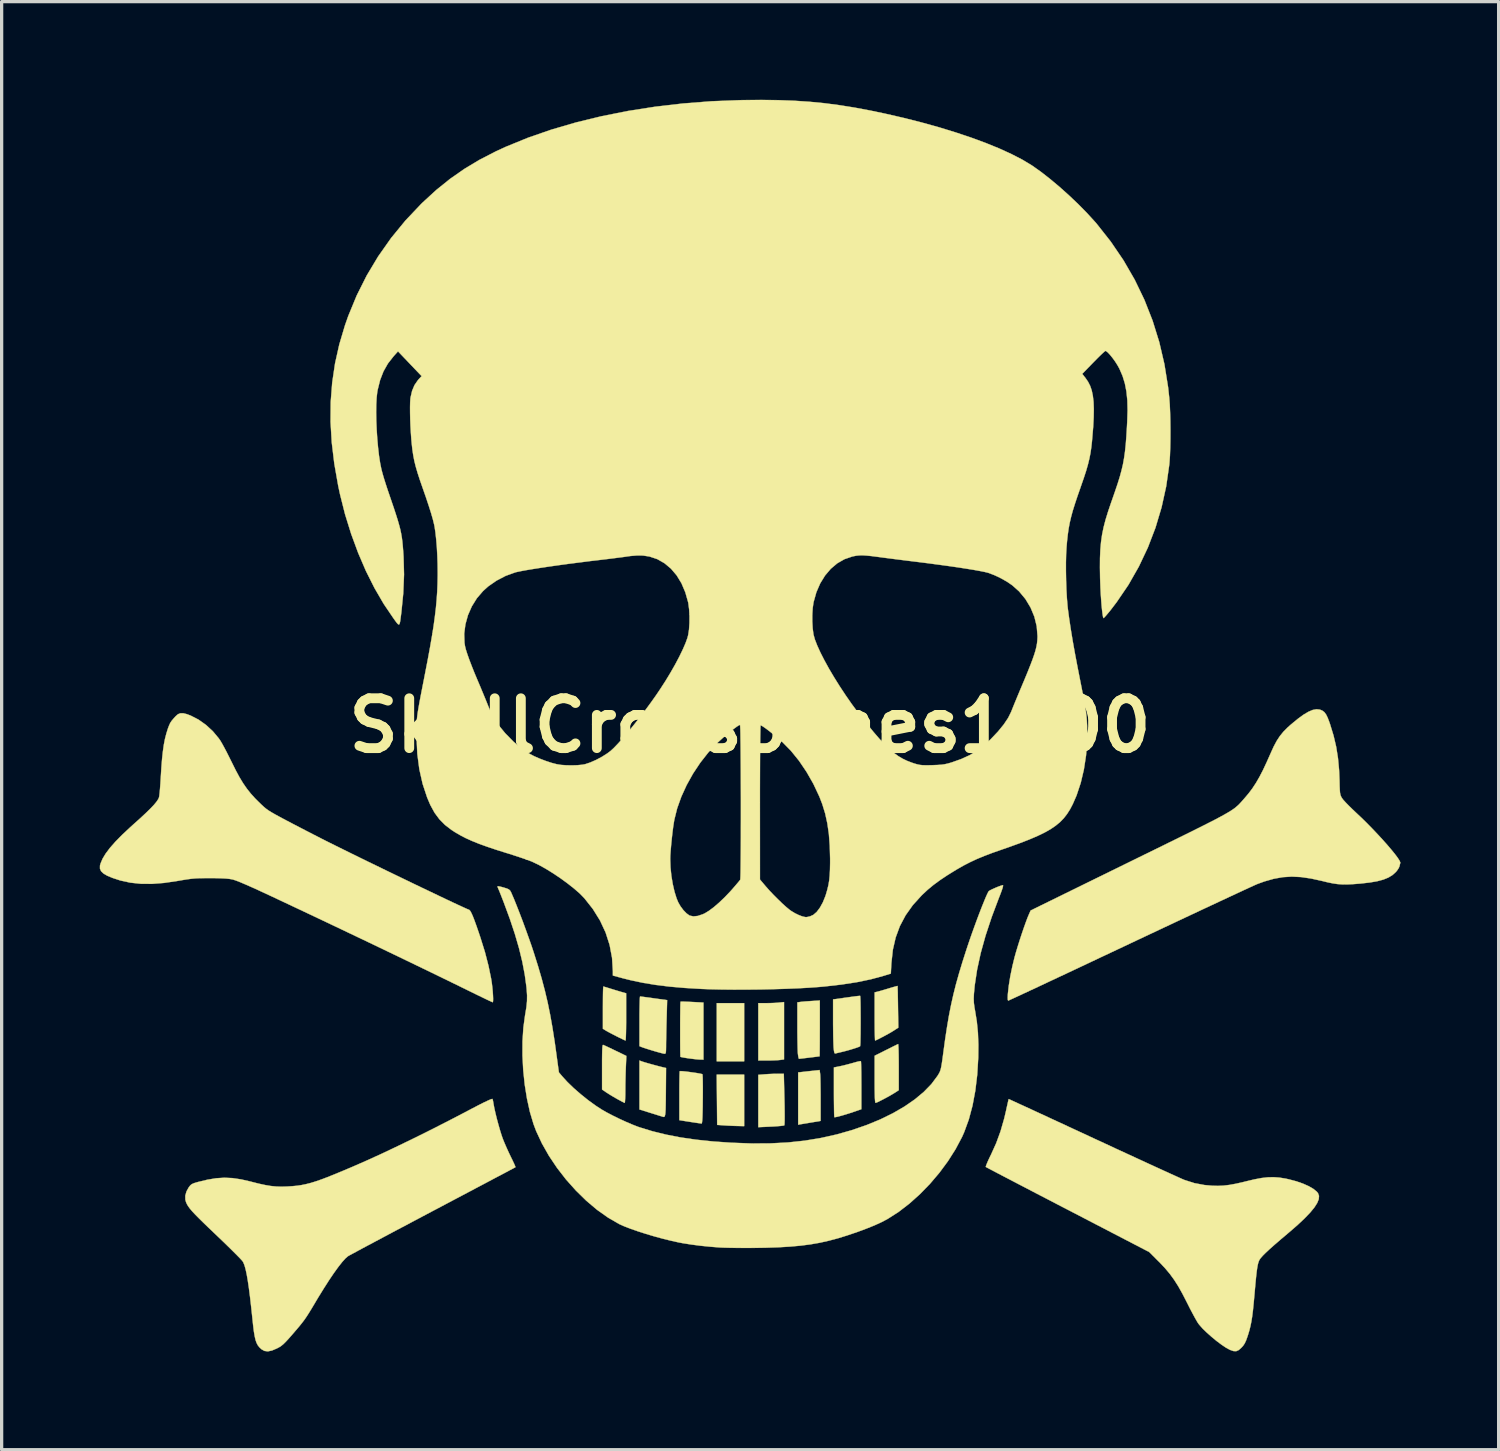
<source format=kicad_pcb>
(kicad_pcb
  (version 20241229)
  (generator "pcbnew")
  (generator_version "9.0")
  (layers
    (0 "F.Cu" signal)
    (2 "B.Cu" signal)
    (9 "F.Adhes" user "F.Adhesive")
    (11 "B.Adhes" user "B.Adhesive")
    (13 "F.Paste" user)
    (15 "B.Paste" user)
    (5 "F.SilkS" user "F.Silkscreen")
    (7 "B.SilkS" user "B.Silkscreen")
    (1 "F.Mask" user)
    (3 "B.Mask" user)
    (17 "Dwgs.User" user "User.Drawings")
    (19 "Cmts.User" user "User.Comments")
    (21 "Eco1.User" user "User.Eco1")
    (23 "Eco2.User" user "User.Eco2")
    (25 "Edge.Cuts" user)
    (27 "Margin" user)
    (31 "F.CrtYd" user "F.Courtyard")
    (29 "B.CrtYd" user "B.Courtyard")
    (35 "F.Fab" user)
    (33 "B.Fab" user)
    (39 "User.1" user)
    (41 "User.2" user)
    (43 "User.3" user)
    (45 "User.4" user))
  (footprint "SkullCrossbones1000"
    (layer "F.Cu")
    (at 19.873 19.127)
    (property "Reference" "SkullCrossbones1000" (at 0 0 0) (layer "F.SilkS") (effects (font (size 1.524 1.524) (thickness 0.3))))
    (attr through_hole)
    (fp_poly (pts (xy -0.178 10.262) (xy -1.016 10.262) (xy -1.016 8.484) (xy -0.178 8.484) (xy -0.178 10.262)) (stroke (width 0.01) (type solid)) (fill yes) (layer "F.SilkS"))
    (fp_poly (pts (xy -0.178 12.243) (xy -0.387 12.238) (xy -0.523 12.234) (xy -0.673 12.227) (xy -0.8 12.219) (xy -1.003 12.205) (xy -1.01 11.436) (xy -1.017 10.668) (xy -0.178 10.668) (xy -0.178 12.243)) (stroke (width 0.01) (type solid)) (fill yes) (layer "F.SilkS"))
    (fp_poly (pts (xy 1.041 10.204) (xy 0.924 10.22) (xy 0.848 10.227) (xy 0.738 10.232) (xy 0.612 10.236) (xy 0.53 10.236) (xy 0.254 10.236) (xy 0.254 8.484) (xy 0.492 8.484) (xy 0.62 8.482) (xy 0.751 8.477) (xy 0.861 8.47) (xy 0.885 8.467) (xy 1.041 8.451) (xy 1.041 10.204)) (stroke (width 0.01) (type solid)) (fill yes) (layer "F.SilkS"))
    (fp_poly (pts (xy 2.144 10.64) (xy 2.148 10.695) (xy 2.152 10.793) (xy 2.155 10.926) (xy 2.157 11.085) (xy 2.159 11.261) (xy 2.159 11.417) (xy 2.159 12.083) (xy 1.899 12.127) (xy 1.78 12.147) (xy 1.671 12.165) (xy 1.588 12.179) (xy 1.556 12.184) (xy 1.473 12.198) (xy 1.473 10.601) (xy 1.801 10.564) (xy 2.128 10.528) (xy 2.144 10.64)) (stroke (width 0.01) (type solid)) (fill yes) (layer "F.SilkS"))
    (fp_poly (pts (xy 1.053 11.42) (xy 1.057 11.614) (xy 1.059 11.792) (xy 1.06 11.947) (xy 1.059 12.073) (xy 1.056 12.163) (xy 1.052 12.212) (xy 1.05 12.218) (xy 1.018 12.227) (xy 0.945 12.236) (xy 0.84 12.245) (xy 0.712 12.254) (xy 0.641 12.257) (xy 0.254 12.275) (xy 0.254 10.675) (xy 0.448 10.659) (xy 0.58 10.65) (xy 0.728 10.644) (xy 0.838 10.643) (xy 1.034 10.643) (xy 1.053 11.42)) (stroke (width 0.01) (type solid)) (fill yes) (layer "F.SilkS"))
    (fp_poly (pts (xy -3.281 10.273) (xy -3.213 10.294) (xy -3.111 10.324) (xy -2.989 10.358) (xy -2.86 10.393) (xy -2.741 10.424) (xy -2.645 10.448) (xy -2.635 10.45) (xy -2.565 10.466) (xy -2.571 11.208) (xy -2.573 11.427) (xy -2.576 11.6) (xy -2.579 11.732) (xy -2.585 11.829) (xy -2.593 11.895) (xy -2.604 11.936) (xy -2.619 11.957) (xy -2.639 11.962) (xy -2.665 11.956) (xy -2.68 11.951) (xy -2.712 11.941) (xy -2.783 11.919) (xy -2.884 11.887) (xy -3.004 11.85) (xy -3.042 11.838) (xy -3.378 11.733) (xy -3.378 10.238) (xy -3.281 10.273)) (stroke (width 0.01) (type solid)) (fill yes) (layer "F.SilkS"))
    (fp_poly (pts (xy -2.027 8.437) (xy -1.927 8.441) (xy -1.804 8.446) (xy -1.768 8.448) (xy -1.422 8.466) (xy -1.422 10.211) (xy -1.53 10.208) (xy -1.605 10.203) (xy -1.711 10.192) (xy -1.83 10.177) (xy -1.877 10.171) (xy -1.981 10.155) (xy -2.064 10.14) (xy -2.116 10.129) (xy -2.126 10.125) (xy -2.128 10.098) (xy -2.13 10.028) (xy -2.132 9.921) (xy -2.133 9.786) (xy -2.134 9.628) (xy -2.134 9.457) (xy -2.134 9.278) (xy -2.134 9.099) (xy -2.133 8.928) (xy -2.131 8.772) (xy -2.13 8.637) (xy -2.128 8.532) (xy -2.125 8.464) (xy -2.123 8.439) (xy -2.096 8.437) (xy -2.027 8.437)) (stroke (width 0.01) (type solid)) (fill yes) (layer "F.SilkS"))
    (fp_poly (pts (xy 4.532 9.755) (xy 4.537 9.821) (xy 4.541 9.926) (xy 4.544 10.062) (xy 4.546 10.224) (xy 4.547 10.405) (xy 4.547 10.434) (xy 4.547 11.144) (xy 4.445 11.211) (xy 4.372 11.256) (xy 4.278 11.311) (xy 4.173 11.369) (xy 4.066 11.426) (xy 3.969 11.475) (xy 3.893 11.512) (xy 3.846 11.53) (xy 3.84 11.532) (xy 3.83 11.517) (xy 3.823 11.471) (xy 3.817 11.39) (xy 3.814 11.27) (xy 3.811 11.108) (xy 3.81 10.901) (xy 3.81 10.812) (xy 3.81 10.092) (xy 4.159 9.917) (xy 4.281 9.856) (xy 4.387 9.803) (xy 4.469 9.763) (xy 4.518 9.738) (xy 4.528 9.733) (xy 4.532 9.755)) (stroke (width 0.01) (type solid)) (fill yes) (layer "F.SilkS"))
    (fp_poly (pts (xy -4.453 7.983) (xy -4.388 8.002) (xy -4.3 8.029) (xy -4.272 8.038) (xy -4.155 8.074) (xy -4.033 8.111) (xy -3.932 8.141) (xy -3.931 8.141) (xy -3.785 8.182) (xy -3.785 8.905) (xy -3.785 9.09) (xy -3.787 9.258) (xy -3.79 9.402) (xy -3.794 9.515) (xy -3.798 9.592) (xy -3.803 9.625) (xy -3.804 9.626) (xy -3.833 9.615) (xy -3.897 9.585) (xy -3.987 9.542) (xy -4.077 9.497) (xy -4.189 9.439) (xy -4.293 9.385) (xy -4.375 9.34) (xy -4.413 9.318) (xy -4.496 9.267) (xy -4.496 8.621) (xy -4.495 8.446) (xy -4.494 8.289) (xy -4.492 8.157) (xy -4.489 8.056) (xy -4.485 7.994) (xy -4.482 7.976) (xy -4.453 7.983)) (stroke (width 0.01) (type solid)) (fill yes) (layer "F.SilkS"))
    (fp_poly (pts (xy 3.39 10.257) (xy 3.394 10.285) (xy 3.397 10.357) (xy 3.399 10.467) (xy 3.402 10.608) (xy 3.403 10.774) (xy 3.404 10.958) (xy 3.404 10.998) (xy 3.404 11.726) (xy 3.207 11.794) (xy 3.063 11.842) (xy 2.923 11.886) (xy 2.797 11.923) (xy 2.692 11.951) (xy 2.617 11.967) (xy 2.581 11.97) (xy 2.579 11.969) (xy 2.576 11.941) (xy 2.572 11.868) (xy 2.57 11.758) (xy 2.568 11.616) (xy 2.566 11.449) (xy 2.565 11.263) (xy 2.565 11.202) (xy 2.565 10.449) (xy 2.737 10.415) (xy 2.843 10.392) (xy 2.973 10.359) (xy 3.106 10.323) (xy 3.143 10.313) (xy 3.244 10.284) (xy 3.327 10.264) (xy 3.379 10.256) (xy 3.39 10.257)) (stroke (width 0.01) (type solid)) (fill yes) (layer "F.SilkS"))
    (fp_poly (pts (xy 4.512 7.984) (xy 4.514 8.053) (xy 4.517 8.16) (xy 4.519 8.297) (xy 4.522 8.457) (xy 4.524 8.597) (xy 4.534 9.232) (xy 4.407 9.315) (xy 4.341 9.356) (xy 4.252 9.408) (xy 4.15 9.464) (xy 4.047 9.519) (xy 3.953 9.568) (xy 3.878 9.605) (xy 3.832 9.625) (xy 3.825 9.627) (xy 3.821 9.602) (xy 3.818 9.533) (xy 3.815 9.426) (xy 3.812 9.288) (xy 3.811 9.123) (xy 3.81 8.94) (xy 3.81 8.891) (xy 3.81 8.155) (xy 3.918 8.128) (xy 3.991 8.108) (xy 4.094 8.078) (xy 4.211 8.043) (xy 4.266 8.026) (xy 4.368 7.996) (xy 4.45 7.973) (xy 4.5 7.96) (xy 4.511 7.958) (xy 4.512 7.984)) (stroke (width 0.01) (type solid)) (fill yes) (layer "F.SilkS"))
    (fp_poly (pts (xy -4.456 9.773) (xy -4.386 9.805) (xy -4.289 9.851) (xy -4.172 9.907) (xy -4.118 9.933) (xy -3.779 10.097) (xy -3.794 10.437) (xy -3.8 10.599) (xy -3.805 10.788) (xy -3.809 10.981) (xy -3.81 11.154) (xy -3.81 11.155) (xy -3.811 11.286) (xy -3.815 11.398) (xy -3.82 11.481) (xy -3.826 11.526) (xy -3.829 11.532) (xy -3.858 11.52) (xy -3.921 11.488) (xy -4.006 11.442) (xy -4.064 11.41) (xy -4.175 11.346) (xy -4.285 11.28) (xy -4.375 11.223) (xy -4.401 11.206) (xy -4.521 11.123) (xy -4.521 10.436) (xy -4.521 10.224) (xy -4.519 10.057) (xy -4.516 9.932) (xy -4.512 9.845) (xy -4.506 9.79) (xy -4.497 9.763) (xy -4.489 9.759) (xy -4.456 9.773)) (stroke (width 0.01) (type solid)) (fill yes) (layer "F.SilkS"))
    (fp_poly (pts (xy 2.134 9.256) (xy 2.133 9.459) (xy 2.133 9.644) (xy 2.132 9.806) (xy 2.131 9.94) (xy 2.13 10.038) (xy 2.128 10.096) (xy 2.127 10.109) (xy 2.101 10.112) (xy 2.035 10.121) (xy 1.938 10.133) (xy 1.82 10.147) (xy 1.817 10.148) (xy 1.698 10.162) (xy 1.598 10.174) (xy 1.528 10.182) (xy 1.497 10.185) (xy 1.497 10.185) (xy 1.486 10.162) (xy 1.474 10.102) (xy 1.464 10.029) (xy 1.46 9.962) (xy 1.456 9.853) (xy 1.453 9.71) (xy 1.45 9.541) (xy 1.448 9.356) (xy 1.448 9.167) (xy 1.448 8.461) (xy 1.53 8.448) (xy 1.591 8.441) (xy 1.687 8.432) (xy 1.802 8.424) (xy 1.873 8.419) (xy 2.134 8.403) (xy 2.134 9.256)) (stroke (width 0.01) (type solid)) (fill yes) (layer "F.SilkS"))
    (fp_poly (pts (xy -3.329 8.283) (xy -3.257 8.292) (xy -3.153 8.306) (xy -3.025 8.323) (xy -2.936 8.336) (xy -2.532 8.392) (xy -2.549 9.001) (xy -2.554 9.186) (xy -2.558 9.368) (xy -2.561 9.536) (xy -2.564 9.679) (xy -2.565 9.786) (xy -2.565 9.821) (xy -2.567 9.926) (xy -2.572 9.989) (xy -2.583 10.021) (xy -2.601 10.031) (xy -2.61 10.031) (xy -2.651 10.024) (xy -2.729 10.004) (xy -2.833 9.976) (xy -2.946 9.943) (xy -3.068 9.906) (xy -3.178 9.871) (xy -3.263 9.843) (xy -3.308 9.827) (xy -3.378 9.798) (xy -3.378 9.039) (xy -3.378 8.849) (xy -3.376 8.676) (xy -3.373 8.526) (xy -3.37 8.407) (xy -3.366 8.324) (xy -3.361 8.283) (xy -3.359 8.28) (xy -3.329 8.283)) (stroke (width 0.01) (type solid)) (fill yes) (layer "F.SilkS"))
    (fp_poly (pts (xy -2.05 10.565) (xy -1.954 10.575) (xy -1.843 10.589) (xy -1.728 10.605) (xy -1.619 10.621) (xy -1.53 10.637) (xy -1.471 10.65) (xy -1.453 10.658) (xy -1.449 10.688) (xy -1.445 10.763) (xy -1.443 10.875) (xy -1.441 11.018) (xy -1.441 11.186) (xy -1.442 11.373) (xy -1.443 11.424) (xy -1.445 11.65) (xy -1.449 11.83) (xy -1.453 11.966) (xy -1.459 12.064) (xy -1.466 12.127) (xy -1.474 12.158) (xy -1.481 12.164) (xy -1.521 12.158) (xy -1.594 12.148) (xy -1.664 12.138) (xy -1.776 12.121) (xy -1.904 12.101) (xy -1.988 12.088) (xy -2.159 12.06) (xy -2.159 11.318) (xy -2.159 11.129) (xy -2.158 10.957) (xy -2.156 10.808) (xy -2.154 10.689) (xy -2.151 10.606) (xy -2.148 10.566) (xy -2.148 10.564) (xy -2.118 10.561) (xy -2.05 10.565)) (stroke (width 0.01) (type solid)) (fill yes) (layer "F.SilkS"))
    (fp_poly (pts (xy 3.371 8.29) (xy 3.375 8.363) (xy 3.378 8.471) (xy 3.38 8.606) (xy 3.381 8.761) (xy 3.382 8.929) (xy 3.382 9.101) (xy 3.381 9.27) (xy 3.38 9.429) (xy 3.377 9.568) (xy 3.375 9.682) (xy 3.371 9.762) (xy 3.366 9.8) (xy 3.365 9.802) (xy 3.331 9.819) (xy 3.258 9.846) (xy 3.158 9.878) (xy 3.043 9.913) (xy 2.924 9.946) (xy 2.812 9.974) (xy 2.769 9.984) (xy 2.69 10.002) (xy 2.628 10.018) (xy 2.614 10.022) (xy 2.592 10.02) (xy 2.577 9.994) (xy 2.566 9.935) (xy 2.556 9.839) (xy 2.552 9.758) (xy 2.548 9.636) (xy 2.544 9.483) (xy 2.542 9.309) (xy 2.54 9.123) (xy 2.54 9.007) (xy 2.54 8.369) (xy 2.95 8.312) (xy 3.088 8.293) (xy 3.207 8.277) (xy 3.298 8.266) (xy 3.354 8.261) (xy 3.367 8.261) (xy 3.371 8.29)) (stroke (width 0.01) (type solid)) (fill yes) (layer "F.SilkS"))
    (fp_poly (pts (xy 7.931 11.425) (xy 7.997 11.456) (xy 8.104 11.505) (xy 8.247 11.571) (xy 8.426 11.653) (xy 8.636 11.75) (xy 8.874 11.86) (xy 9.138 11.982) (xy 9.425 12.115) (xy 9.731 12.257) (xy 10.055 12.407) (xy 10.393 12.564) (xy 10.503 12.615) (xy 10.849 12.775) (xy 11.184 12.931) (xy 11.506 13.079) (xy 11.812 13.22) (xy 12.098 13.352) (xy 12.361 13.473) (xy 12.598 13.581) (xy 12.805 13.676) (xy 12.98 13.755) (xy 13.119 13.818) (xy 13.219 13.863) (xy 13.277 13.887) (xy 13.284 13.89) (xy 13.582 13.985) (xy 13.89 14.043) (xy 14.124 14.064) (xy 14.301 14.069) (xy 14.475 14.061) (xy 14.656 14.039) (xy 14.858 14.002) (xy 15.093 13.948) (xy 15.165 13.93) (xy 15.418 13.87) (xy 15.635 13.829) (xy 15.827 13.807) (xy 16.006 13.803) (xy 16.182 13.816) (xy 16.367 13.846) (xy 16.472 13.869) (xy 16.698 13.929) (xy 16.902 14) (xy 17.08 14.079) (xy 17.223 14.163) (xy 17.326 14.248) (xy 17.361 14.292) (xy 17.392 14.375) (xy 17.384 14.475) (xy 17.337 14.592) (xy 17.25 14.728) (xy 17.122 14.884) (xy 16.952 15.061) (xy 16.74 15.261) (xy 16.484 15.483) (xy 16.45 15.512) (xy 16.223 15.704) (xy 16.034 15.867) (xy 15.88 16.004) (xy 15.759 16.117) (xy 15.668 16.208) (xy 15.606 16.279) (xy 15.57 16.333) (xy 15.568 16.336) (xy 15.549 16.38) (xy 15.532 16.433) (xy 15.516 16.501) (xy 15.501 16.59) (xy 15.485 16.704) (xy 15.469 16.85) (xy 15.451 17.032) (xy 15.431 17.257) (xy 15.418 17.405) (xy 15.394 17.664) (xy 15.372 17.88) (xy 15.349 18.063) (xy 15.324 18.22) (xy 15.295 18.36) (xy 15.262 18.492) (xy 15.222 18.624) (xy 15.209 18.664) (xy 15.164 18.791) (xy 15.121 18.883) (xy 15.072 18.957) (xy 15.021 19.013) (xy 14.938 19.087) (xy 14.862 19.121) (xy 14.779 19.118) (xy 14.672 19.081) (xy 14.658 19.074) (xy 14.545 19.012) (xy 14.409 18.92) (xy 14.259 18.808) (xy 14.107 18.682) (xy 13.962 18.553) (xy 13.834 18.429) (xy 13.735 18.317) (xy 13.699 18.27) (xy 13.657 18.202) (xy 13.598 18.098) (xy 13.527 17.967) (xy 13.449 17.819) (xy 13.37 17.662) (xy 13.353 17.628) (xy 13.217 17.363) (xy 13.09 17.137) (xy 12.964 16.939) (xy 12.832 16.758) (xy 12.687 16.585) (xy 12.523 16.41) (xy 12.483 16.371) (xy 12.203 16.091) (xy 9.715 14.799) (xy 9.383 14.627) (xy 9.065 14.461) (xy 8.761 14.304) (xy 8.477 14.155) (xy 8.213 14.018) (xy 7.974 13.893) (xy 7.761 13.782) (xy 7.579 13.687) (xy 7.43 13.608) (xy 7.317 13.549) (xy 7.242 13.509) (xy 7.209 13.491) (xy 7.207 13.49) (xy 7.212 13.462) (xy 7.236 13.398) (xy 7.276 13.304) (xy 7.329 13.19) (xy 7.365 13.118) (xy 7.525 12.764) (xy 7.658 12.4) (xy 7.77 12.011) (xy 7.823 11.786) (xy 7.851 11.657) (xy 7.876 11.547) (xy 7.894 11.466) (xy 7.906 11.421) (xy 7.907 11.415) (xy 7.931 11.425)) (stroke (width 0.01) (type solid)) (fill yes) (layer "F.SilkS"))
    (fp_poly (pts (xy 17.416 -0.488) (xy 17.421 -0.487) (xy 17.494 -0.457) (xy 17.555 -0.411) (xy 17.607 -0.341) (xy 17.657 -0.24) (xy 17.71 -0.1) (xy 17.729 -0.045) (xy 17.837 0.308) (xy 17.917 0.65) (xy 17.972 0.996) (xy 18.006 1.362) (xy 18.019 1.69) (xy 18.022 1.845) (xy 18.027 1.96) (xy 18.033 2.042) (xy 18.043 2.101) (xy 18.057 2.147) (xy 18.078 2.189) (xy 18.092 2.214) (xy 18.131 2.266) (xy 18.201 2.344) (xy 18.295 2.441) (xy 18.405 2.549) (xy 18.524 2.662) (xy 18.529 2.667) (xy 18.693 2.821) (xy 18.86 2.985) (xy 19.026 3.155) (xy 19.187 3.325) (xy 19.341 3.492) (xy 19.482 3.651) (xy 19.608 3.799) (xy 19.714 3.93) (xy 19.797 4.041) (xy 19.852 4.126) (xy 19.877 4.183) (xy 19.877 4.197) (xy 19.864 4.245) (xy 19.852 4.3) (xy 19.826 4.359) (xy 19.777 4.432) (xy 19.743 4.473) (xy 19.641 4.566) (xy 19.514 4.644) (xy 19.359 4.707) (xy 19.169 4.758) (xy 18.939 4.797) (xy 18.665 4.828) (xy 18.656 4.829) (xy 18.439 4.846) (xy 18.258 4.855) (xy 18.102 4.854) (xy 17.957 4.844) (xy 17.81 4.822) (xy 17.649 4.789) (xy 17.487 4.749) (xy 17.15 4.675) (xy 16.844 4.63) (xy 16.559 4.616) (xy 16.285 4.633) (xy 16.011 4.682) (xy 15.726 4.763) (xy 15.52 4.837) (xy 15.473 4.857) (xy 15.383 4.897) (xy 15.252 4.957) (xy 15.083 5.035) (xy 14.879 5.13) (xy 14.641 5.24) (xy 14.374 5.365) (xy 14.079 5.503) (xy 13.759 5.653) (xy 13.416 5.814) (xy 13.054 5.984) (xy 12.675 6.162) (xy 12.281 6.348) (xy 11.875 6.539) (xy 11.61 6.664) (xy 11.201 6.857) (xy 10.805 7.043) (xy 10.424 7.223) (xy 10.06 7.395) (xy 9.715 7.557) (xy 9.393 7.708) (xy 9.095 7.848) (xy 8.825 7.975) (xy 8.584 8.087) (xy 8.374 8.185) (xy 8.199 8.267) (xy 8.061 8.331) (xy 7.962 8.376) (xy 7.905 8.402) (xy 7.891 8.407) (xy 7.88 8.383) (xy 7.877 8.314) (xy 7.882 8.205) (xy 7.883 8.195) (xy 7.911 7.943) (xy 7.957 7.658) (xy 8.02 7.355) (xy 8.086 7.084) (xy 8.128 6.934) (xy 8.181 6.758) (xy 8.241 6.567) (xy 8.305 6.372) (xy 8.369 6.184) (xy 8.43 6.013) (xy 8.483 5.871) (xy 8.522 5.779) (xy 8.578 5.652) (xy 11.607 4.166) (xy 12.048 3.949) (xy 12.447 3.754) (xy 12.804 3.578) (xy 13.124 3.421) (xy 13.408 3.281) (xy 13.658 3.156) (xy 13.878 3.046) (xy 14.069 2.949) (xy 14.235 2.864) (xy 14.377 2.788) (xy 14.497 2.722) (xy 14.6 2.663) (xy 14.686 2.611) (xy 14.759 2.563) (xy 14.82 2.519) (xy 14.872 2.476) (xy 14.919 2.435) (xy 14.961 2.393) (xy 15.002 2.349) (xy 15.044 2.302) (xy 15.09 2.25) (xy 15.11 2.227) (xy 15.238 2.076) (xy 15.354 1.922) (xy 15.464 1.755) (xy 15.571 1.57) (xy 15.681 1.358) (xy 15.796 1.112) (xy 15.911 0.853) (xy 16.007 0.641) (xy 16.1 0.467) (xy 16.197 0.319) (xy 16.306 0.185) (xy 16.435 0.055) (xy 16.54 -0.038) (xy 16.743 -0.205) (xy 16.918 -0.333) (xy 17.07 -0.423) (xy 17.201 -0.478) (xy 17.316 -0.499) (xy 17.416 -0.488)) (stroke (width 0.01) (type solid)) (fill yes) (layer "F.SilkS"))
    (fp_poly (pts (xy -7.871 11.413) (xy -7.858 11.454) (xy -7.844 11.526) (xy -7.837 11.57) (xy -7.815 11.689) (xy -7.781 11.842) (xy -7.738 12.017) (xy -7.689 12.198) (xy -7.639 12.373) (xy -7.591 12.527) (xy -7.554 12.632) (xy -7.507 12.749) (xy -7.445 12.892) (xy -7.376 13.044) (xy -7.312 13.178) (xy -7.256 13.292) (xy -7.211 13.388) (xy -7.18 13.459) (xy -7.167 13.495) (xy -7.167 13.497) (xy -7.19 13.51) (xy -7.255 13.545) (xy -7.36 13.6) (xy -7.5 13.675) (xy -7.675 13.767) (xy -7.879 13.875) (xy -8.112 13.999) (xy -8.37 14.135) (xy -8.649 14.283) (xy -8.948 14.441) (xy -9.264 14.608) (xy -9.592 14.782) (xy -9.69 14.833) (xy -10.024 15.01) (xy -10.346 15.181) (xy -10.654 15.344) (xy -10.945 15.498) (xy -11.215 15.642) (xy -11.461 15.773) (xy -11.681 15.89) (xy -11.872 15.992) (xy -12.03 16.078) (xy -12.153 16.144) (xy -12.238 16.19) (xy -12.282 16.215) (xy -12.286 16.217) (xy -12.365 16.285) (xy -12.464 16.395) (xy -12.583 16.546) (xy -12.718 16.733) (xy -12.868 16.955) (xy -13.03 17.209) (xy -13.204 17.491) (xy -13.285 17.628) (xy -13.388 17.801) (xy -13.473 17.94) (xy -13.547 18.056) (xy -13.617 18.158) (xy -13.691 18.256) (xy -13.775 18.361) (xy -13.878 18.482) (xy -14.001 18.625) (xy -14.11 18.749) (xy -14.196 18.841) (xy -14.265 18.909) (xy -14.327 18.959) (xy -14.39 19) (xy -14.46 19.037) (xy -14.611 19.101) (xy -14.736 19.127) (xy -14.841 19.113) (xy -14.932 19.062) (xy -14.934 19.059) (xy -14.993 19.004) (xy -15.041 18.944) (xy -15.08 18.871) (xy -15.112 18.78) (xy -15.139 18.662) (xy -15.164 18.513) (xy -15.187 18.324) (xy -15.205 18.153) (xy -15.244 17.787) (xy -15.28 17.469) (xy -15.315 17.197) (xy -15.349 16.966) (xy -15.382 16.776) (xy -15.415 16.623) (xy -15.448 16.504) (xy -15.482 16.417) (xy -15.501 16.382) (xy -15.531 16.345) (xy -15.594 16.277) (xy -15.686 16.183) (xy -15.802 16.067) (xy -15.939 15.932) (xy -16.091 15.784) (xy -16.255 15.627) (xy -16.332 15.553) (xy -16.538 15.357) (xy -16.71 15.191) (xy -16.851 15.052) (xy -16.965 14.936) (xy -17.054 14.84) (xy -17.122 14.759) (xy -17.173 14.689) (xy -17.209 14.628) (xy -17.235 14.571) (xy -17.252 14.514) (xy -17.258 14.486) (xy -17.26 14.369) (xy -17.223 14.239) (xy -17.153 14.112) (xy -17.148 14.106) (xy -17.106 14.053) (xy -17.06 14.016) (xy -16.996 13.987) (xy -16.9 13.958) (xy -16.875 13.951) (xy -16.582 13.88) (xy -16.317 13.836) (xy -16.067 13.82) (xy -15.819 13.831) (xy -15.558 13.87) (xy -15.272 13.935) (xy -15.251 13.941) (xy -15.018 14) (xy -14.82 14.043) (xy -14.648 14.072) (xy -14.487 14.088) (xy -14.328 14.094) (xy -14.157 14.089) (xy -14.137 14.088) (xy -13.986 14.078) (xy -13.846 14.065) (xy -13.711 14.045) (xy -13.574 14.017) (xy -13.431 13.981) (xy -13.275 13.933) (xy -13.101 13.873) (xy -12.903 13.798) (xy -12.676 13.706) (xy -12.413 13.597) (xy -12.141 13.482) (xy -11.711 13.293) (xy -11.243 13.08) (xy -10.744 12.843) (xy -10.216 12.587) (xy -9.667 12.313) (xy -9.101 12.023) (xy -8.523 11.721) (xy -8.509 11.713) (xy -8.3 11.604) (xy -8.132 11.519) (xy -8.004 11.459) (xy -7.919 11.422) (xy -7.876 11.411) (xy -7.871 11.413)) (stroke (width 0.01) (type solid)) (fill yes) (layer "F.SilkS"))
    (fp_poly (pts (xy -17.211 -0.349) (xy -17.095 -0.305) (xy -16.857 -0.183) (xy -16.627 -0.02) (xy -16.417 0.174) (xy -16.237 0.39) (xy -16.188 0.461) (xy -16.141 0.54) (xy -16.078 0.655) (xy -16.004 0.794) (xy -15.927 0.946) (xy -15.851 1.099) (xy -15.723 1.357) (xy -15.606 1.575) (xy -15.492 1.763) (xy -15.378 1.928) (xy -15.257 2.08) (xy -15.123 2.228) (xy -15.04 2.311) (xy -14.947 2.402) (xy -14.869 2.475) (xy -14.798 2.535) (xy -14.723 2.59) (xy -14.635 2.645) (xy -14.526 2.708) (xy -14.385 2.785) (xy -14.3 2.831) (xy -14.16 2.905) (xy -13.985 2.997) (xy -13.783 3.102) (xy -13.566 3.215) (xy -13.342 3.33) (xy -13.122 3.443) (xy -13.01 3.5) (xy -12.85 3.58) (xy -12.661 3.674) (xy -12.447 3.78) (xy -12.212 3.896) (xy -11.959 4.02) (xy -11.692 4.151) (xy -11.415 4.285) (xy -11.132 4.423) (xy -10.846 4.561) (xy -10.562 4.698) (xy -10.283 4.833) (xy -10.012 4.963) (xy -9.754 5.086) (xy -9.513 5.201) (xy -9.291 5.307) (xy -9.094 5.4) (xy -8.924 5.479) (xy -8.785 5.543) (xy -8.682 5.59) (xy -8.618 5.618) (xy -8.598 5.625) (xy -8.574 5.637) (xy -8.546 5.672) (xy -8.513 5.733) (xy -8.472 5.824) (xy -8.423 5.95) (xy -8.364 6.113) (xy -8.293 6.319) (xy -8.24 6.477) (xy -8.102 6.919) (xy -7.992 7.345) (xy -7.912 7.734) (xy -7.892 7.86) (xy -7.876 7.993) (xy -7.863 8.125) (xy -7.855 8.247) (xy -7.851 8.349) (xy -7.853 8.421) (xy -7.861 8.455) (xy -7.864 8.456) (xy -7.891 8.445) (xy -7.959 8.414) (xy -8.061 8.366) (xy -8.191 8.303) (xy -8.344 8.229) (xy -8.515 8.145) (xy -8.611 8.098) (xy -9.036 7.89) (xy -9.502 7.663) (xy -10.001 7.421) (xy -10.527 7.167) (xy -11.074 6.904) (xy -11.635 6.635) (xy -12.205 6.363) (xy -12.776 6.091) (xy -13.343 5.822) (xy -13.9 5.559) (xy -14.439 5.305) (xy -14.605 5.227) (xy -14.915 5.083) (xy -15.181 4.961) (xy -15.402 4.863) (xy -15.578 4.788) (xy -15.711 4.736) (xy -15.799 4.707) (xy -15.812 4.704) (xy -15.904 4.687) (xy -16.019 4.675) (xy -16.164 4.668) (xy -16.348 4.663) (xy -16.497 4.662) (xy -16.681 4.663) (xy -16.829 4.665) (xy -16.955 4.671) (xy -17.074 4.682) (xy -17.201 4.699) (xy -17.351 4.723) (xy -17.501 4.749) (xy -17.907 4.809) (xy -18.278 4.838) (xy -18.621 4.835) (xy -18.94 4.801) (xy -19.243 4.735) (xy -19.481 4.657) (xy -19.645 4.589) (xy -19.761 4.521) (xy -19.834 4.45) (xy -19.868 4.371) (xy -19.867 4.279) (xy -19.85 4.216) (xy -19.788 4.07) (xy -19.693 3.912) (xy -19.563 3.739) (xy -19.397 3.55) (xy -19.192 3.341) (xy -18.945 3.11) (xy -18.85 3.024) (xy -18.637 2.833) (xy -18.462 2.67) (xy -18.322 2.533) (xy -18.214 2.419) (xy -18.137 2.325) (xy -18.087 2.25) (xy -18.062 2.192) (xy -18.053 2.137) (xy -18.042 2.041) (xy -18.031 1.913) (xy -18.02 1.764) (xy -18.01 1.602) (xy -18.009 1.587) (xy -17.99 1.279) (xy -17.969 1.014) (xy -17.944 0.786) (xy -17.916 0.588) (xy -17.882 0.412) (xy -17.841 0.252) (xy -17.794 0.1) (xy -17.791 0.091) (xy -17.755 -0.004) (xy -17.722 -0.076) (xy -17.68 -0.141) (xy -17.62 -0.213) (xy -17.553 -0.286) (xy -17.485 -0.346) (xy -17.411 -0.376) (xy -17.323 -0.377) (xy -17.211 -0.349)) (stroke (width 0.01) (type solid)) (fill yes) (layer "F.SilkS"))
    (fp_poly (pts (xy 7.736 4.899) (xy 7.72 4.964) (xy 7.685 5.067) (xy 7.633 5.205) (xy 7.614 5.251) (xy 7.388 5.852) (xy 7.2 6.42) (xy 7.051 6.957) (xy 6.941 7.464) (xy 6.869 7.94) (xy 6.844 8.204) (xy 6.838 8.348) (xy 6.843 8.476) (xy 6.861 8.614) (xy 6.879 8.712) (xy 6.933 9.045) (xy 6.967 9.389) (xy 6.981 9.757) (xy 6.977 10.146) (xy 6.946 10.668) (xy 6.887 11.159) (xy 6.801 11.618) (xy 6.688 12.041) (xy 6.548 12.424) (xy 6.481 12.575) (xy 6.284 12.946) (xy 6.052 13.312) (xy 5.789 13.667) (xy 5.502 14.005) (xy 5.195 14.321) (xy 4.875 14.608) (xy 4.547 14.861) (xy 4.217 15.073) (xy 4.009 15.183) (xy 3.807 15.275) (xy 3.563 15.373) (xy 3.287 15.476) (xy 2.986 15.578) (xy 2.985 15.579) (xy 2.694 15.669) (xy 2.413 15.744) (xy 2.133 15.807) (xy 1.846 15.857) (xy 1.545 15.896) (xy 1.222 15.925) (xy 0.868 15.946) (xy 0.477 15.959) (xy 0.229 15.963) (xy 0.011 15.965) (xy -0.209 15.965) (xy -0.421 15.964) (xy -0.615 15.961) (xy -0.781 15.957) (xy -0.908 15.952) (xy -0.927 15.951) (xy -1.219 15.928) (xy -1.515 15.898) (xy -1.799 15.861) (xy -2.057 15.82) (xy -2.184 15.796) (xy -2.423 15.743) (xy -2.676 15.68) (xy -2.935 15.609) (xy -3.19 15.533) (xy -3.433 15.455) (xy -3.653 15.378) (xy -3.843 15.305) (xy -3.992 15.238) (xy -4 15.234) (xy -4.339 15.038) (xy -4.676 14.799) (xy -5.005 14.521) (xy -5.322 14.21) (xy -5.622 13.874) (xy -5.898 13.518) (xy -6.146 13.148) (xy -6.36 12.77) (xy -6.536 12.392) (xy -6.615 12.183) (xy -6.726 11.811) (xy -6.816 11.403) (xy -6.885 10.973) (xy -6.931 10.529) (xy -6.954 10.084) (xy -6.953 9.649) (xy -6.926 9.233) (xy -6.874 8.849) (xy -6.868 8.814) (xy -6.833 8.604) (xy -6.815 8.422) (xy -6.813 8.245) (xy -6.826 8.053) (xy -6.832 7.993) (xy -6.884 7.612) (xy -6.959 7.218) (xy -7.059 6.806) (xy -7.186 6.37) (xy -7.341 5.905) (xy -7.521 5.417) (xy -7.573 5.282) (xy -7.621 5.16) (xy -7.66 5.062) (xy -7.688 4.996) (xy -7.698 4.975) (xy -7.715 4.93) (xy -7.713 4.911) (xy -7.685 4.912) (xy -7.621 4.925) (xy -7.535 4.948) (xy -7.522 4.952) (xy -7.428 4.981) (xy -7.37 5.008) (xy -7.333 5.041) (xy -7.304 5.091) (xy -7.289 5.125) (xy -7.216 5.294) (xy -7.133 5.5) (xy -7.041 5.735) (xy -6.945 5.987) (xy -6.85 6.246) (xy -6.758 6.502) (xy -6.673 6.745) (xy -6.607 6.945) (xy -6.478 7.354) (xy -6.366 7.737) (xy -6.269 8.104) (xy -6.183 8.469) (xy -6.107 8.842) (xy -6.037 9.236) (xy -5.97 9.661) (xy -5.931 9.941) (xy -5.841 10.599) (xy -5.74 10.719) (xy -5.582 10.893) (xy -5.389 11.079) (xy -5.172 11.268) (xy -4.944 11.451) (xy -4.715 11.617) (xy -4.534 11.735) (xy -4.384 11.821) (xy -4.201 11.917) (xy -3.999 12.016) (xy -3.792 12.111) (xy -3.596 12.195) (xy -3.424 12.262) (xy -3.378 12.278) (xy -2.983 12.399) (xy -2.565 12.502) (xy -2.121 12.588) (xy -1.644 12.657) (xy -1.129 12.711) (xy -0.571 12.75) (xy -0.559 12.75) (xy 0.049 12.773) (xy 0.618 12.77) (xy 1.157 12.742) (xy 1.671 12.687) (xy 2.168 12.605) (xy 2.654 12.496) (xy 3.111 12.366) (xy 3.561 12.211) (xy 3.982 12.038) (xy 4.371 11.847) (xy 4.724 11.642) (xy 5.04 11.424) (xy 5.314 11.195) (xy 5.545 10.957) (xy 5.728 10.712) (xy 5.758 10.664) (xy 5.787 10.614) (xy 5.81 10.563) (xy 5.829 10.505) (xy 5.846 10.43) (xy 5.863 10.33) (xy 5.883 10.197) (xy 5.906 10.022) (xy 5.963 9.602) (xy 6.021 9.221) (xy 6.08 8.872) (xy 6.145 8.543) (xy 6.216 8.224) (xy 6.296 7.906) (xy 6.388 7.578) (xy 6.493 7.23) (xy 6.614 6.852) (xy 6.654 6.731) (xy 6.722 6.531) (xy 6.795 6.322) (xy 6.871 6.112) (xy 6.947 5.905) (xy 7.022 5.707) (xy 7.093 5.525) (xy 7.158 5.365) (xy 7.213 5.232) (xy 7.258 5.133) (xy 7.29 5.072) (xy 7.299 5.06) (xy 7.338 5.035) (xy 7.409 5) (xy 7.498 4.96) (xy 7.59 4.922) (xy 7.671 4.893) (xy 7.725 4.878) (xy 7.733 4.877) (xy 7.736 4.899)) (stroke (width 0.01) (type solid)) (fill yes) (layer "F.SilkS"))
    (fp_poly (pts (xy 0.866 -19.116) (xy 1.35 -19.098) (xy 1.815 -19.067) (xy 2.27 -19.023) (xy 2.724 -18.964) (xy 3.189 -18.89) (xy 3.674 -18.799) (xy 4.128 -18.704) (xy 4.698 -18.573) (xy 5.25 -18.433) (xy 5.782 -18.285) (xy 6.289 -18.129) (xy 6.767 -17.969) (xy 7.213 -17.804) (xy 7.623 -17.637) (xy 7.994 -17.467) (xy 8.322 -17.298) (xy 8.603 -17.129) (xy 8.634 -17.109) (xy 8.893 -16.925) (xy 9.171 -16.708) (xy 9.46 -16.466) (xy 9.749 -16.207) (xy 10.03 -15.94) (xy 10.293 -15.673) (xy 10.529 -15.415) (xy 10.594 -15.341) (xy 11.028 -14.791) (xy 11.417 -14.219) (xy 11.759 -13.627) (xy 12.055 -13.013) (xy 12.305 -12.378) (xy 12.509 -11.722) (xy 12.667 -11.044) (xy 12.779 -10.345) (xy 12.814 -10.023) (xy 12.83 -9.815) (xy 12.841 -9.573) (xy 12.848 -9.309) (xy 12.851 -9.033) (xy 12.85 -8.758) (xy 12.845 -8.493) (xy 12.836 -8.252) (xy 12.822 -8.045) (xy 12.815 -7.969) (xy 12.721 -7.312) (xy 12.58 -6.671) (xy 12.393 -6.046) (xy 12.161 -5.442) (xy 11.885 -4.859) (xy 11.567 -4.301) (xy 11.206 -3.771) (xy 11.024 -3.532) (xy 10.946 -3.437) (xy 10.88 -3.359) (xy 10.831 -3.305) (xy 10.806 -3.284) (xy 10.805 -3.284) (xy 10.791 -3.321) (xy 10.777 -3.402) (xy 10.762 -3.52) (xy 10.747 -3.668) (xy 10.734 -3.838) (xy 10.721 -4.025) (xy 10.711 -4.221) (xy 10.704 -4.419) (xy 10.701 -4.505) (xy 10.696 -4.833) (xy 10.698 -5.121) (xy 10.709 -5.377) (xy 10.73 -5.613) (xy 10.762 -5.837) (xy 10.808 -6.06) (xy 10.868 -6.291) (xy 10.945 -6.541) (xy 11.039 -6.819) (xy 11.062 -6.883) (xy 11.157 -7.156) (xy 11.237 -7.393) (xy 11.303 -7.605) (xy 11.356 -7.8) (xy 11.4 -7.987) (xy 11.434 -8.176) (xy 11.462 -8.374) (xy 11.485 -8.592) (xy 11.504 -8.838) (xy 11.521 -9.121) (xy 11.53 -9.284) (xy 11.541 -9.631) (xy 11.534 -9.937) (xy 11.506 -10.211) (xy 11.458 -10.457) (xy 11.388 -10.685) (xy 11.295 -10.9) (xy 11.289 -10.913) (xy 11.229 -11.021) (xy 11.158 -11.132) (xy 11.081 -11.238) (xy 11.006 -11.331) (xy 10.939 -11.403) (xy 10.886 -11.445) (xy 10.863 -11.452) (xy 10.837 -11.433) (xy 10.781 -11.383) (xy 10.703 -11.309) (xy 10.607 -11.214) (xy 10.501 -11.106) (xy 10.494 -11.099) (xy 10.155 -10.75) (xy 10.257 -10.62) (xy 10.334 -10.508) (xy 10.397 -10.384) (xy 10.445 -10.244) (xy 10.479 -10.082) (xy 10.501 -9.894) (xy 10.509 -9.676) (xy 10.505 -9.424) (xy 10.49 -9.132) (xy 10.462 -8.796) (xy 10.453 -8.692) (xy 10.432 -8.501) (xy 10.406 -8.325) (xy 10.372 -8.154) (xy 10.329 -7.978) (xy 10.274 -7.786) (xy 10.203 -7.568) (xy 10.115 -7.315) (xy 10.11 -7.299) (xy 10.012 -7.02) (xy 9.932 -6.779) (xy 9.866 -6.568) (xy 9.814 -6.376) (xy 9.772 -6.197) (xy 9.739 -6.019) (xy 9.713 -5.836) (xy 9.691 -5.637) (xy 9.675 -5.45) (xy 9.663 -5.24) (xy 9.657 -4.993) (xy 9.657 -4.722) (xy 9.662 -4.44) (xy 9.671 -4.162) (xy 9.686 -3.899) (xy 9.705 -3.667) (xy 9.714 -3.581) (xy 9.753 -3.29) (xy 9.803 -2.956) (xy 9.864 -2.585) (xy 9.936 -2.184) (xy 10.017 -1.759) (xy 10.036 -1.664) (xy 10.092 -1.378) (xy 10.14 -1.136) (xy 10.179 -0.933) (xy 10.211 -0.763) (xy 10.236 -0.622) (xy 10.256 -0.504) (xy 10.271 -0.403) (xy 10.282 -0.313) (xy 10.29 -0.231) (xy 10.296 -0.15) (xy 10.3 -0.064) (xy 10.304 0.013) (xy 10.305 0.464) (xy 10.272 0.909) (xy 10.206 1.341) (xy 10.109 1.752) (xy 9.982 2.134) (xy 9.866 2.4) (xy 9.783 2.558) (xy 9.693 2.7) (xy 9.593 2.829) (xy 9.478 2.948) (xy 9.344 3.059) (xy 9.187 3.166) (xy 9.003 3.27) (xy 8.788 3.374) (xy 8.538 3.481) (xy 8.249 3.593) (xy 7.918 3.713) (xy 7.701 3.788) (xy 7.41 3.89) (xy 7.158 3.986) (xy 6.935 4.078) (xy 6.732 4.173) (xy 6.537 4.273) (xy 6.341 4.385) (xy 6.304 4.406) (xy 6.037 4.571) (xy 5.809 4.723) (xy 5.609 4.87) (xy 5.43 5.018) (xy 5.263 5.174) (xy 5.243 5.194) (xy 4.976 5.489) (xy 4.756 5.799) (xy 4.582 6.127) (xy 4.453 6.476) (xy 4.367 6.85) (xy 4.323 7.251) (xy 4.321 7.276) (xy 4.305 7.58) (xy 4.077 7.651) (xy 3.696 7.754) (xy 3.268 7.843) (xy 2.794 7.916) (xy 2.272 7.975) (xy 2.117 7.989) (xy 1.815 8.011) (xy 1.473 8.03) (xy 1.1 8.045) (xy 0.706 8.057) (xy 0.301 8.066) (xy -0.105 8.07) (xy -0.502 8.071) (xy -0.88 8.067) (xy -1.229 8.059) (xy -1.486 8.049) (xy -1.99 8.019) (xy -2.451 7.979) (xy -2.876 7.927) (xy -3.271 7.862) (xy -3.642 7.784) (xy -3.905 7.718) (xy -4.191 7.64) (xy -4.191 7.502) (xy -4.216 7.099) (xy -4.29 6.706) (xy -4.413 6.324) (xy -4.584 5.957) (xy -4.803 5.605) (xy -5.062 5.277) (xy -5.198 5.137) (xy -5.372 4.985) (xy -5.573 4.826) (xy -5.792 4.666) (xy -6.019 4.514) (xy -6.245 4.374) (xy -6.46 4.255) (xy -6.655 4.162) (xy -6.666 4.157) (xy -6.758 4.121) (xy -6.857 4.086) (xy -2.438 4.086) (xy -2.429 4.335) (xy -2.403 4.591) (xy -2.361 4.843) (xy -2.307 5.078) (xy -2.243 5.283) (xy -2.195 5.399) (xy -2.124 5.523) (xy -2.037 5.64) (xy -1.943 5.737) (xy -1.854 5.802) (xy -1.841 5.808) (xy -1.731 5.832) (xy -1.595 5.818) (xy -1.441 5.766) (xy -1.38 5.738) (xy -1.254 5.661) (xy -1.105 5.55) (xy -0.943 5.41) (xy -0.774 5.249) (xy -0.607 5.074) (xy -0.546 5.006) (xy -0.461 4.908) (xy -0.387 4.821) (xy -0.331 4.754) (xy -0.301 4.716) (xy -0.298 4.711) (xy -0.295 4.68) (xy -0.291 4.603) (xy -0.288 4.484) (xy -0.286 4.327) (xy -0.284 4.138) (xy -0.282 3.92) (xy -0.28 3.677) (xy -0.279 3.414) (xy -0.279 3.135) (xy -0.278 2.845) (xy -0.278 2.547) (xy -0.278 2.308) (xy 0.304 2.308) (xy 0.304 2.361) (xy 0.305 4.705) (xy 0.48 4.912) (xy 0.592 5.039) (xy 0.72 5.174) (xy 0.855 5.309) (xy 0.987 5.437) (xy 1.109 5.547) (xy 1.211 5.631) (xy 1.251 5.66) (xy 1.366 5.731) (xy 1.485 5.789) (xy 1.597 5.832) (xy 1.689 5.853) (xy 1.74 5.853) (xy 1.782 5.843) (xy 1.836 5.831) (xy 1.938 5.784) (xy 2.041 5.694) (xy 2.138 5.565) (xy 2.227 5.404) (xy 2.303 5.217) (xy 2.319 5.169) (xy 2.363 5.017) (xy 2.397 4.876) (xy 2.421 4.735) (xy 2.436 4.583) (xy 2.445 4.409) (xy 2.449 4.202) (xy 2.449 4.064) (xy 2.438 3.668) (xy 2.411 3.313) (xy 2.364 2.988) (xy 2.298 2.687) (xy 2.209 2.399) (xy 2.12 2.169) (xy 1.938 1.782) (xy 1.729 1.416) (xy 1.499 1.076) (xy 1.252 0.771) (xy 0.994 0.508) (xy 0.961 0.478) (xy 0.829 0.363) (xy 0.701 0.257) (xy 0.582 0.162) (xy 0.479 0.085) (xy 0.398 0.029) (xy 0.344 -0.002) (xy 0.324 -0.004) (xy 0.321 0.024) (xy 0.318 0.099) (xy 0.316 0.217) (xy 0.313 0.376) (xy 0.311 0.571) (xy 0.309 0.799) (xy 0.307 1.057) (xy 0.306 1.34) (xy 0.305 1.645) (xy 0.304 1.969) (xy 0.304 2.308) (xy -0.278 2.308) (xy -0.278 2.247) (xy -0.279 1.948) (xy -0.28 1.655) (xy -0.281 1.372) (xy -0.283 1.103) (xy -0.285 0.853) (xy -0.287 0.626) (xy -0.29 0.426) (xy -0.292 0.257) (xy -0.295 0.125) (xy -0.299 0.033) (xy -0.303 -0.015) (xy -0.304 -0.021) (xy -0.337 -0.01) (xy -0.401 0.031) (xy -0.488 0.095) (xy -0.593 0.177) (xy -0.709 0.273) (xy -0.829 0.376) (xy -0.946 0.482) (xy -1.013 0.545) (xy -1.275 0.823) (xy -1.519 1.134) (xy -1.741 1.468) (xy -1.936 1.818) (xy -2.099 2.175) (xy -2.226 2.53) (xy -2.312 2.875) (xy -2.322 2.934) (xy -2.346 3.086) (xy -2.369 3.263) (xy -2.39 3.452) (xy -2.409 3.642) (xy -2.424 3.818) (xy -2.435 3.97) (xy -2.438 4.084) (xy -2.438 4.086) (xy -6.857 4.086) (xy -6.888 4.075) (xy -7.044 4.022) (xy -7.215 3.966) (xy -7.389 3.91) (xy -7.428 3.899) (xy -7.755 3.796) (xy -8.038 3.701) (xy -8.284 3.612) (xy -8.499 3.525) (xy -8.689 3.439) (xy -8.86 3.35) (xy -9.019 3.257) (xy -9.119 3.192) (xy -9.321 3.037) (xy -9.493 2.863) (xy -9.641 2.663) (xy -9.77 2.427) (xy -9.868 2.197) (xy -10.006 1.78) (xy -10.106 1.336) (xy -10.168 0.864) (xy -10.192 0.36) (xy -10.192 0.267) (xy -10.192 0.15) (xy -10.191 0.049) (xy -10.189 -0.043) (xy -10.185 -0.13) (xy -10.178 -0.218) (xy -10.167 -0.313) (xy -10.152 -0.421) (xy -10.131 -0.546) (xy -10.105 -0.694) (xy -10.072 -0.87) (xy -10.031 -1.081) (xy -9.982 -1.331) (xy -9.932 -1.587) (xy -9.85 -2.01) (xy -9.78 -2.389) (xy -9.721 -2.731) (xy -9.708 -2.81) (xy -8.735 -2.81) (xy -8.726 -2.53) (xy -8.71 -2.428) (xy -8.686 -2.329) (xy -8.642 -2.191) (xy -8.582 -2.021) (xy -8.507 -1.825) (xy -8.422 -1.611) (xy -8.327 -1.385) (xy -8.305 -1.333) (xy -8.247 -1.197) (xy -8.178 -1.031) (xy -8.105 -0.855) (xy -8.035 -0.684) (xy -8.014 -0.63) (xy -7.932 -0.434) (xy -7.859 -0.279) (xy -7.791 -0.157) (xy -7.733 -0.072) (xy -7.48 0.236) (xy -7.223 0.497) (xy -6.958 0.715) (xy -6.733 0.864) (xy -6.597 0.936) (xy -6.428 1.01) (xy -6.244 1.08) (xy -6.063 1.14) (xy -5.905 1.181) (xy -5.775 1.202) (xy -5.616 1.213) (xy -5.445 1.216) (xy -5.277 1.211) (xy -5.13 1.197) (xy -5.041 1.181) (xy -4.882 1.128) (xy -4.703 1.049) (xy -4.523 0.953) (xy -4.358 0.848) (xy -4.26 0.774) (xy -4.156 0.678) (xy -4.029 0.545) (xy -3.882 0.381) (xy -3.722 0.192) (xy -3.552 -0.017) (xy -3.377 -0.239) (xy -3.201 -0.469) (xy -3.03 -0.702) (xy -2.868 -0.931) (xy -2.749 -1.107) (xy -2.584 -1.362) (xy -2.429 -1.618) (xy -2.287 -1.867) (xy -2.161 -2.105) (xy -2.055 -2.324) (xy -1.97 -2.519) (xy -1.911 -2.683) (xy -1.889 -2.769) (xy -1.863 -2.938) (xy -1.85 -3.137) (xy -1.85 -3.176) (xy 1.904 -3.176) (xy 1.916 -2.97) (xy 1.94 -2.791) (xy 1.942 -2.781) (xy 1.984 -2.63) (xy 2.056 -2.445) (xy 2.153 -2.232) (xy 2.274 -1.995) (xy 2.413 -1.742) (xy 2.57 -1.477) (xy 2.74 -1.205) (xy 2.92 -0.932) (xy 3.106 -0.664) (xy 3.297 -0.405) (xy 3.365 -0.318) (xy 3.584 -0.04) (xy 3.778 0.198) (xy 3.953 0.401) (xy 4.112 0.572) (xy 4.258 0.715) (xy 4.396 0.834) (xy 4.531 0.932) (xy 4.665 1.012) (xy 4.803 1.078) (xy 4.949 1.134) (xy 5.029 1.161) (xy 5.113 1.185) (xy 5.188 1.201) (xy 5.267 1.21) (xy 5.364 1.213) (xy 5.491 1.212) (xy 5.575 1.21) (xy 5.73 1.204) (xy 5.85 1.196) (xy 5.949 1.182) (xy 6.044 1.161) (xy 6.149 1.131) (xy 6.174 1.123) (xy 6.458 1.022) (xy 6.705 0.909) (xy 6.928 0.776) (xy 7.142 0.614) (xy 7.359 0.416) (xy 7.368 0.406) (xy 7.581 0.181) (xy 7.757 -0.035) (xy 7.892 -0.237) (xy 7.984 -0.423) (xy 7.989 -0.437) (xy 8.021 -0.517) (xy 8.068 -0.634) (xy 8.127 -0.777) (xy 8.193 -0.936) (xy 8.261 -1.099) (xy 8.273 -1.127) (xy 8.392 -1.409) (xy 8.491 -1.649) (xy 8.572 -1.853) (xy 8.638 -2.026) (xy 8.689 -2.173) (xy 8.728 -2.3) (xy 8.755 -2.412) (xy 8.773 -2.512) (xy 8.783 -2.608) (xy 8.788 -2.704) (xy 8.788 -2.738) (xy 8.764 -3.036) (xy 8.692 -3.328) (xy 8.576 -3.607) (xy 8.42 -3.867) (xy 8.226 -4.101) (xy 8.019 -4.286) (xy 7.86 -4.395) (xy 7.674 -4.501) (xy 7.482 -4.593) (xy 7.303 -4.662) (xy 7.272 -4.672) (xy 7.173 -4.696) (xy 7.028 -4.725) (xy 6.841 -4.759) (xy 6.617 -4.795) (xy 6.361 -4.835) (xy 6.076 -4.876) (xy 5.768 -4.918) (xy 5.44 -4.962) (xy 5.105 -5.004) (xy 4.885 -5.031) (xy 4.661 -5.059) (xy 4.445 -5.086) (xy 4.245 -5.112) (xy 4.074 -5.134) (xy 3.939 -5.152) (xy 3.907 -5.156) (xy 3.716 -5.181) (xy 3.565 -5.196) (xy 3.444 -5.204) (xy 3.341 -5.202) (xy 3.247 -5.192) (xy 3.151 -5.173) (xy 3.127 -5.168) (xy 2.888 -5.086) (xy 2.668 -4.96) (xy 2.469 -4.792) (xy 2.294 -4.586) (xy 2.146 -4.346) (xy 2.029 -4.076) (xy 1.945 -3.778) (xy 1.942 -3.765) (xy 1.917 -3.592) (xy 1.904 -3.39) (xy 1.904 -3.176) (xy -1.85 -3.176) (xy -1.849 -3.348) (xy -1.86 -3.552) (xy -1.883 -3.731) (xy -1.89 -3.769) (xy -1.977 -4.075) (xy -2.094 -4.35) (xy -2.241 -4.591) (xy -2.415 -4.796) (xy -2.613 -4.962) (xy -2.832 -5.087) (xy -3.071 -5.167) (xy -3.274 -5.198) (xy -3.446 -5.2) (xy -3.645 -5.184) (xy -3.734 -5.172) (xy -3.842 -5.156) (xy -3.988 -5.137) (xy -4.16 -5.115) (xy -4.344 -5.092) (xy -4.529 -5.07) (xy -4.559 -5.066) (xy -4.892 -5.027) (xy -5.22 -4.985) (xy -5.541 -4.944) (xy -5.848 -4.902) (xy -6.137 -4.861) (xy -6.402 -4.821) (xy -6.639 -4.784) (xy -6.843 -4.75) (xy -7.009 -4.719) (xy -7.132 -4.693) (xy -7.176 -4.682) (xy -7.466 -4.577) (xy -7.745 -4.432) (xy -7.999 -4.256) (xy -8.157 -4.114) (xy -8.347 -3.893) (xy -8.502 -3.644) (xy -8.62 -3.375) (xy -8.698 -3.094) (xy -8.735 -2.81) (xy -9.708 -2.81) (xy -9.671 -3.042) (xy -9.632 -3.328) (xy -9.6 -3.594) (xy -9.577 -3.846) (xy -9.56 -4.092) (xy -9.55 -4.336) (xy -9.545 -4.584) (xy -9.545 -4.686) (xy -9.548 -4.942) (xy -9.557 -5.202) (xy -9.571 -5.456) (xy -9.591 -5.692) (xy -9.614 -5.903) (xy -9.64 -6.077) (xy -9.652 -6.138) (xy -9.691 -6.298) (xy -9.746 -6.49) (xy -9.819 -6.72) (xy -9.909 -6.99) (xy -10 -7.25) (xy -10.088 -7.503) (xy -10.159 -7.721) (xy -10.215 -7.912) (xy -10.259 -8.088) (xy -10.292 -8.26) (xy -10.319 -8.437) (xy -10.34 -8.631) (xy -10.351 -8.75) (xy -10.365 -8.947) (xy -10.377 -9.153) (xy -10.385 -9.358) (xy -10.389 -9.554) (xy -10.39 -9.73) (xy -10.387 -9.878) (xy -10.38 -9.99) (xy -10.375 -10.026) (xy -10.327 -10.233) (xy -10.255 -10.404) (xy -10.155 -10.55) (xy -10.119 -10.592) (xy -10.036 -10.681) (xy -10.758 -11.438) (xy -10.893 -11.288) (xy -11.066 -11.067) (xy -11.202 -10.827) (xy -11.305 -10.562) (xy -11.38 -10.262) (xy -11.393 -10.187) (xy -11.412 -10.02) (xy -11.423 -9.813) (xy -11.426 -9.575) (xy -11.422 -9.315) (xy -11.41 -9.043) (xy -11.392 -8.769) (xy -11.368 -8.501) (xy -11.339 -8.25) (xy -11.304 -8.024) (xy -11.266 -7.836) (xy -11.236 -7.722) (xy -11.194 -7.575) (xy -11.143 -7.412) (xy -11.089 -7.246) (xy -11.061 -7.163) (xy -10.966 -6.885) (xy -10.886 -6.65) (xy -10.82 -6.449) (xy -10.766 -6.277) (xy -10.723 -6.127) (xy -10.688 -5.993) (xy -10.662 -5.869) (xy -10.641 -5.747) (xy -10.625 -5.622) (xy -10.612 -5.486) (xy -10.6 -5.335) (xy -10.589 -5.166) (xy -10.574 -4.618) (xy -10.598 -4.039) (xy -10.655 -3.467) (xy -10.676 -3.305) (xy -10.691 -3.19) (xy -10.707 -3.119) (xy -10.726 -3.088) (xy -10.753 -3.095) (xy -10.792 -3.136) (xy -10.846 -3.208) (xy -10.894 -3.275) (xy -11.195 -3.719) (xy -11.477 -4.204) (xy -11.739 -4.726) (xy -11.977 -5.28) (xy -12.19 -5.858) (xy -12.376 -6.456) (xy -12.53 -7.067) (xy -12.586 -7.328) (xy -12.705 -8.004) (xy -12.783 -8.654) (xy -12.82 -9.282) (xy -12.815 -9.891) (xy -12.769 -10.486) (xy -12.682 -11.072) (xy -12.552 -11.652) (xy -12.38 -12.23) (xy -12.279 -12.518) (xy -12.019 -13.148) (xy -11.714 -13.756) (xy -11.364 -14.34) (xy -10.97 -14.9) (xy -10.533 -15.434) (xy -10.053 -15.941) (xy -10.004 -15.989) (xy -9.59 -16.369) (xy -9.168 -16.709) (xy -8.729 -17.015) (xy -8.264 -17.294) (xy -7.764 -17.552) (xy -7.457 -17.693) (xy -6.783 -17.968) (xy -6.069 -18.215) (xy -5.32 -18.434) (xy -4.539 -18.624) (xy -3.731 -18.785) (xy -2.899 -18.915) (xy -2.047 -19.014) (xy -1.178 -19.082) (xy -0.298 -19.116) (xy -0.203 -19.118) (xy 0.351 -19.122) (xy 0.866 -19.116)) (stroke (width 0.01) (type solid)) (fill yes) (layer "F.SilkS")))
  (gr_rect
    (start -3 -3)
    (end 42.755 41.259)
    (stroke (width 0.1) (type default))
    (fill no)
    (layer "Edge.Cuts")))
</source>
